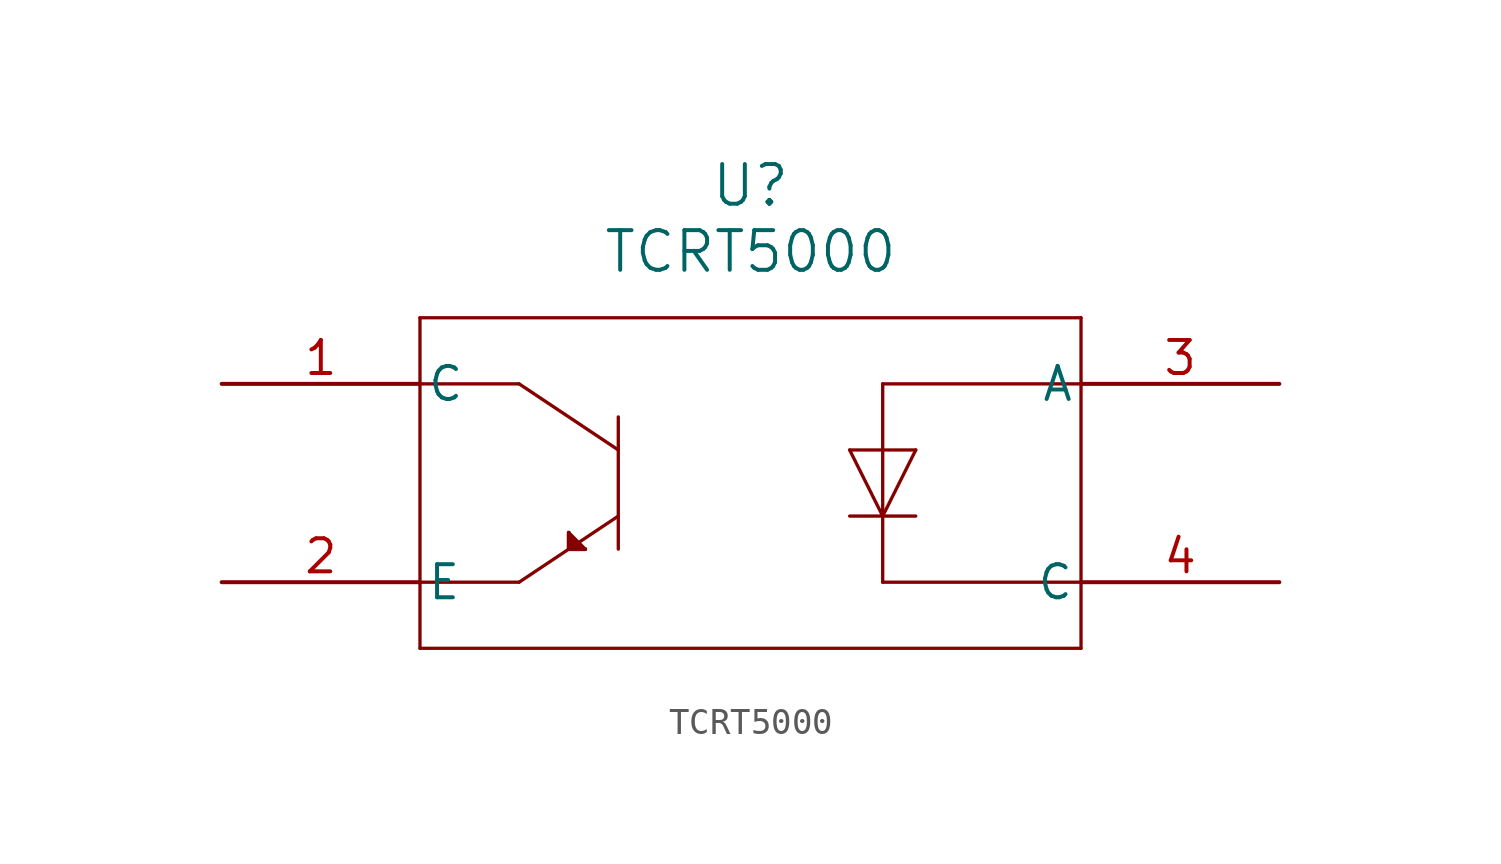
<source format=kicad_sym>
(kicad_symbol_lib
  (version 20211014)
  (generator kicad_symbol_editor)
  (symbol "TCRT5000"
    (pin_names
      (offset 0.254))
    (property "Reference" "U"
      (at 20.32 7.62 0)
      (effects (font (size 1.524 1.524))))
    (property "Value" "TCRT5000"
      (at 20.32 5.08 0)
      (effects (font (size 1.524 1.524))))
    (symbol "TCRT5000_0_1"
      (polyline (pts (xy 7.62 2.54) (xy 7.62 -10.16)) (stroke (width 0.127) (type default) (color 0 0 0 0)) (fill (type none)))
      (polyline (pts (xy 7.62 -10.16) (xy 33.02 -10.16)) (stroke (width 0.127) (type default) (color 0 0 0 0)) (fill (type none)))
      (polyline (pts (xy 33.02 -10.16) (xy 33.02 2.54)) (stroke (width 0.127) (type default) (color 0 0 0 0)) (fill (type none)))
      (polyline (pts (xy 33.02 2.54) (xy 7.62 2.54)) (stroke (width 0.127) (type default) (color 0 0 0 0)) (fill (type none)))
      (polyline (pts (xy 15.24 -1.27) (xy 15.24 -6.35)) (stroke (width 0.127) (type default) (color 0 0 0 0)) (fill (type none)))
      (polyline (pts (xy 7.62 0) (xy 11.43 0)) (stroke (width 0.127) (type default) (color 0 0 0 0)) (fill (type none)))
      (polyline (pts (xy 11.43 0) (xy 15.24 -2.54)) (stroke (width 0.127) (type default) (color 0 0 0 0)) (fill (type none)))
      (polyline (pts (xy 7.62 -7.62) (xy 11.43 -7.62)) (stroke (width 0.127) (type default) (color 0 0 0 0)) (fill (type none)))
      (polyline (pts (xy 11.43 -7.62) (xy 15.24 -5.08)) (stroke (width 0.127) (type default) (color 0 0 0 0)) (fill (type none)))
      (polyline (pts (xy 13.335 -6.35) (xy 13.335 -5.715)) (stroke (width 0.127) (type default) (color 0 0 0 0)) (fill (type none)))
      (polyline (pts (xy 13.335 -6.35) (xy 13.97 -6.35)) (stroke (width 0.127) (type default) (color 0 0 0 0)) (fill (type none)))
      (polyline (pts (xy 13.97 -6.35) (xy 13.335 -5.715)) (stroke (width 0.127) (type default) (color 0 0 0 0)) (fill (type none)))
      (polyline (pts (xy 13.335 -5.715) (xy 13.335 -6.35) (xy 13.97 -6.35)) (stroke (width 0) (type default) (color 0 0 0 0)) (fill (type outline)))
      (polyline (pts (xy 33.02 0) (xy 25.4 0)) (stroke (width 0.127) (type default) (color 0 0 0 0)) (fill (type none)))
      (polyline (pts (xy 33.02 -7.62) (xy 25.4 -7.62)) (stroke (width 0.127) (type default) (color 0 0 0 0)) (fill (type none)))
      (polyline (pts (xy 25.4 -7.62) (xy 25.4 0)) (stroke (width 0.127) (type default) (color 0 0 0 0)) (fill (type none)))
      (polyline (pts (xy 24.13 -2.54) (xy 26.67 -2.54)) (stroke (width 0.127) (type default) (color 0 0 0 0)) (fill (type none)))
      (polyline (pts (xy 24.13 -2.54) (xy 25.4 -5.08)) (stroke (width 0.127) (type default) (color 0 0 0 0)) (fill (type none)))
      (polyline (pts (xy 25.4 -5.08) (xy 26.67 -2.54)) (stroke (width 0.127) (type default) (color 0 0 0 0)) (fill (type none)))
      (polyline (pts (xy 24.13 -5.08) (xy 26.67 -5.08)) (stroke (width 0.127) (type default) (color 0 0 0 0)) (fill (type none)))
      (pin unspecified line (at 0 0 0) (length 7.62) (name "C" (effects (font (size 1.27 1.27)))) (number "1" (effects (font (size 1.27 1.27)))))
      (pin unspecified line (at 0 -7.62 0) (length 7.62) (name "E" (effects (font (size 1.27 1.27)))) (number "2" (effects (font (size 1.27 1.27)))))
      (pin unspecified line (at 40.64 0 180) (length 7.62) (name "A" (effects (font (size 1.27 1.27)))) (number "3" (effects (font (size 1.27 1.27)))))
      (pin unspecified line (at 40.64 -7.62 180) (length 7.62) (name "C" (effects (font (size 1.27 1.27)))) (number "4" (effects (font (size 1.27 1.27))))))))
</source>
